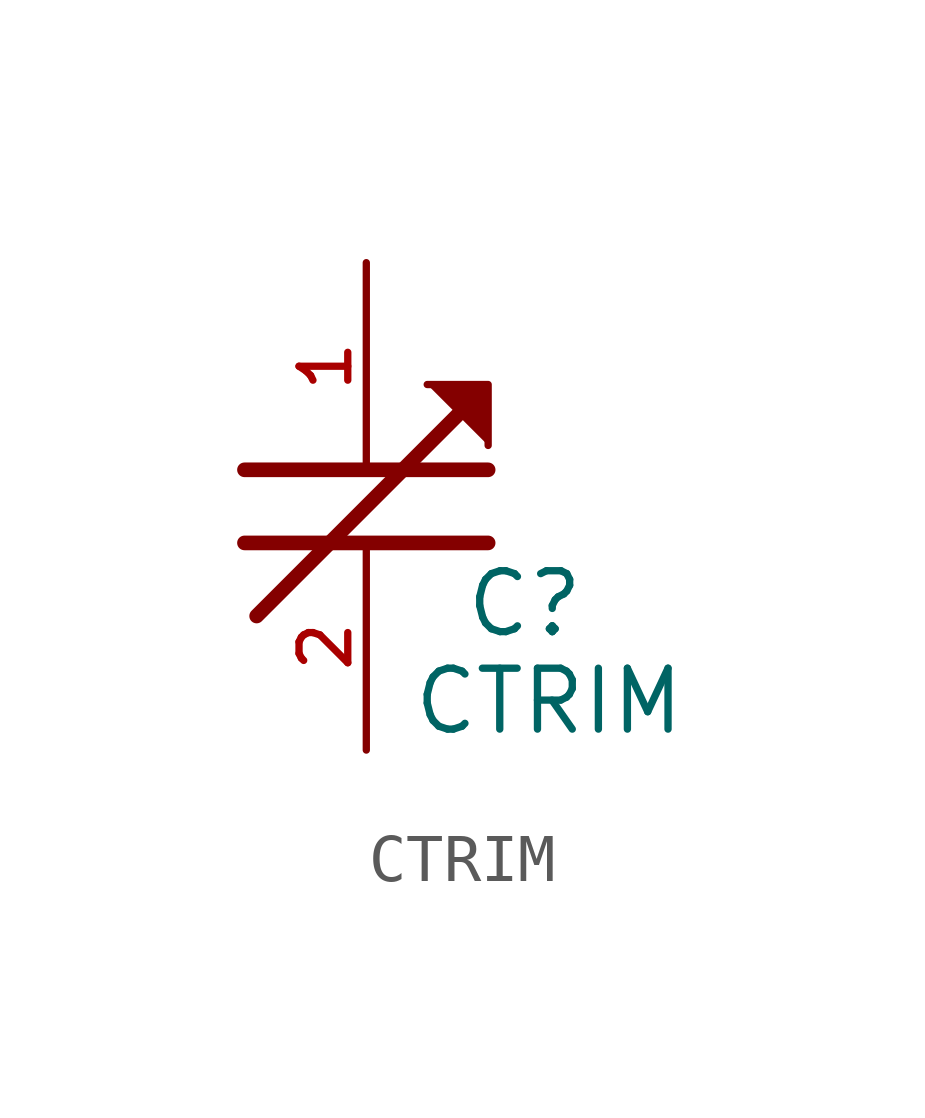
<source format=kicad_sym>
(kicad_symbol_lib
  (version 20220914)
  (generator kicad_symbol_editor)
  (symbol "CTRIM"
    (pin_names
      (offset 0.254))
    (property "Reference" "C"
      (at 3.302 -2.032 0)
      (effects (font (size 1.27 1.27))))
    (property "Value" "CTRIM"
      (at 3.81 -4.064 0)
      (effects (font (size 1.27 1.27))))
    (symbol "CTRIM_0_1"
      (polyline (pts (xy -2.54 -0.762) (xy 2.54 -0.762)) (stroke (width 0.305) (type solid)) (fill (type none)))
      (polyline (pts (xy -2.54 0.762) (xy 2.54 0.762)) (stroke (width 0.305) (type solid)) (fill (type none)))
      (polyline (pts (xy -2.286 -2.286) (xy 1.905 1.905)) (stroke (width 0.305) (type solid)) (fill (type none)))
      (polyline (pts (xy 1.27 2.54) (xy 2.54 2.54) (xy 2.54 1.27)) (stroke (width 0) (type solid)) (fill (type outline))))
    (symbol "CTRIM_1_1"
      (pin passive line (at 0 5.08 270) (length 4.318) (name "~" (effects (font (size 1.016 1.016)))) (number "1" (effects (font (size 1.016 1.016)))))
      (pin passive line (at 0 -5.08 90) (length 4.318) (name "~" (effects (font (size 1.016 1.016)))) (number "2" (effects (font (size 1.016 1.016))))))))
</source>
